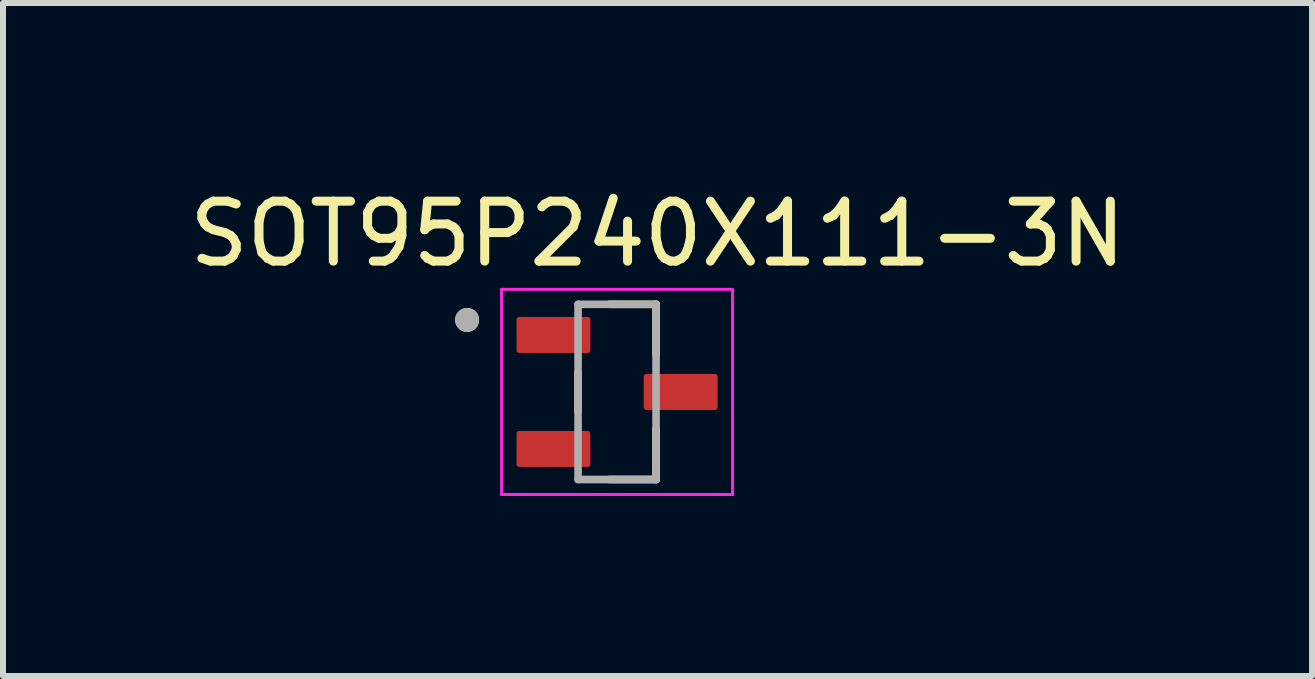
<source format=kicad_pcb>
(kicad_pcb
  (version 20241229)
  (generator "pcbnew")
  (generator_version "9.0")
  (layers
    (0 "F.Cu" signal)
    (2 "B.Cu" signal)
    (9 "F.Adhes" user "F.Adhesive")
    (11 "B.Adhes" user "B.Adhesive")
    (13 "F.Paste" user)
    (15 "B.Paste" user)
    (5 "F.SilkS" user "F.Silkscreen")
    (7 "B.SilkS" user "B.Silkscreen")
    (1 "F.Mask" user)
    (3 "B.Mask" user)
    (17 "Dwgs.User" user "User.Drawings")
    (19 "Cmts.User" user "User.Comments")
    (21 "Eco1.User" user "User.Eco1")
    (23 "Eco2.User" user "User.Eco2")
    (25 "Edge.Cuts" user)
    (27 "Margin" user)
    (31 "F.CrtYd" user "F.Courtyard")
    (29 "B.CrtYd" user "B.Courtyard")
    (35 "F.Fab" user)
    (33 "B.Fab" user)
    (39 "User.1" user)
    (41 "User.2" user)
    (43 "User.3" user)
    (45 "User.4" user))
  (footprint "SOT95P240X111-3N"
    (layer "F.Cu")
    (at 7.236 3.483)
    (property "Reference" "SOT95P240X111-3N" (at 0.675 -2.635 0) (layer "F.SilkS") (effects (font (size 1 1) (thickness 0.15))))
    (attr through_hole)
    (fp_line (start -0.65 -0.33) (end -0.65 0.33) (stroke (width 0.127) (type solid)) (layer "F.SilkS"))
    (fp_line (start 0.65 -1.46) (end -0.125 -1.46) (stroke (width 0.127) (type solid)) (layer "F.SilkS"))
    (fp_line (start 0.65 -0.62) (end 0.65 -1.46) (stroke (width 0.127) (type solid)) (layer "F.SilkS"))
    (fp_line (start 0.65 0.62) (end 0.65 1.46) (stroke (width 0.127) (type solid)) (layer "F.SilkS"))
    (fp_line (start 0.65 1.46) (end -0.125 1.46) (stroke (width 0.127) (type solid)) (layer "F.SilkS"))
    (fp_circle (center -2.5 -1.2) (end -2.4 -1.2) (stroke (width 0.2) (type solid)) (fill no) (layer "F.SilkS"))
    (fp_line (start -1.925 -1.71) (end 1.925 -1.71) (stroke (width 0.05) (type solid)) (layer "F.CrtYd"))
    (fp_line (start -1.925 1.71) (end -1.925 -1.71) (stroke (width 0.05) (type solid)) (layer "F.CrtYd"))
    (fp_line (start 1.925 -1.71) (end 1.925 1.71) (stroke (width 0.05) (type solid)) (layer "F.CrtYd"))
    (fp_line (start 1.925 1.71) (end -1.925 1.71) (stroke (width 0.05) (type solid)) (layer "F.CrtYd"))
    (fp_line (start -0.65 -1.46) (end -0.65 1.46) (stroke (width 0.127) (type solid)) (layer "F.Fab"))
    (fp_line (start -0.65 1.46) (end 0.65 1.46) (stroke (width 0.127) (type solid)) (layer "F.Fab"))
    (fp_line (start 0.65 -1.46) (end -0.65 -1.46) (stroke (width 0.127) (type solid)) (layer "F.Fab"))
    (fp_line (start 0.65 1.46) (end 0.65 -1.46) (stroke (width 0.127) (type solid)) (layer "F.Fab"))
    (fp_circle (center -2.5 -1.2) (end -2.4 -1.2) (stroke (width 0.2) (type solid)) (fill no) (layer "F.Fab"))
    (pad "1" smd roundrect (at -1.06 -0.95) (size 1.23 0.6) (layers "F.Cu" "F.Mask" "F.Paste") (roundrect_rratio 0.07))
    (pad "2" smd roundrect (at -1.06 0.95) (size 1.23 0.6) (layers "F.Cu" "F.Mask" "F.Paste") (roundrect_rratio 0.07))
    (pad "3" smd roundrect (at 1.06 0) (size 1.23 0.6) (layers "F.Cu" "F.Mask" "F.Paste") (roundrect_rratio 0.07)))
  (gr_rect
    (start -3 -3)
    (end 18.821 8.218)
    (stroke (width 0.1) (type default))
    (fill no)
    (layer "Edge.Cuts")))
</source>
